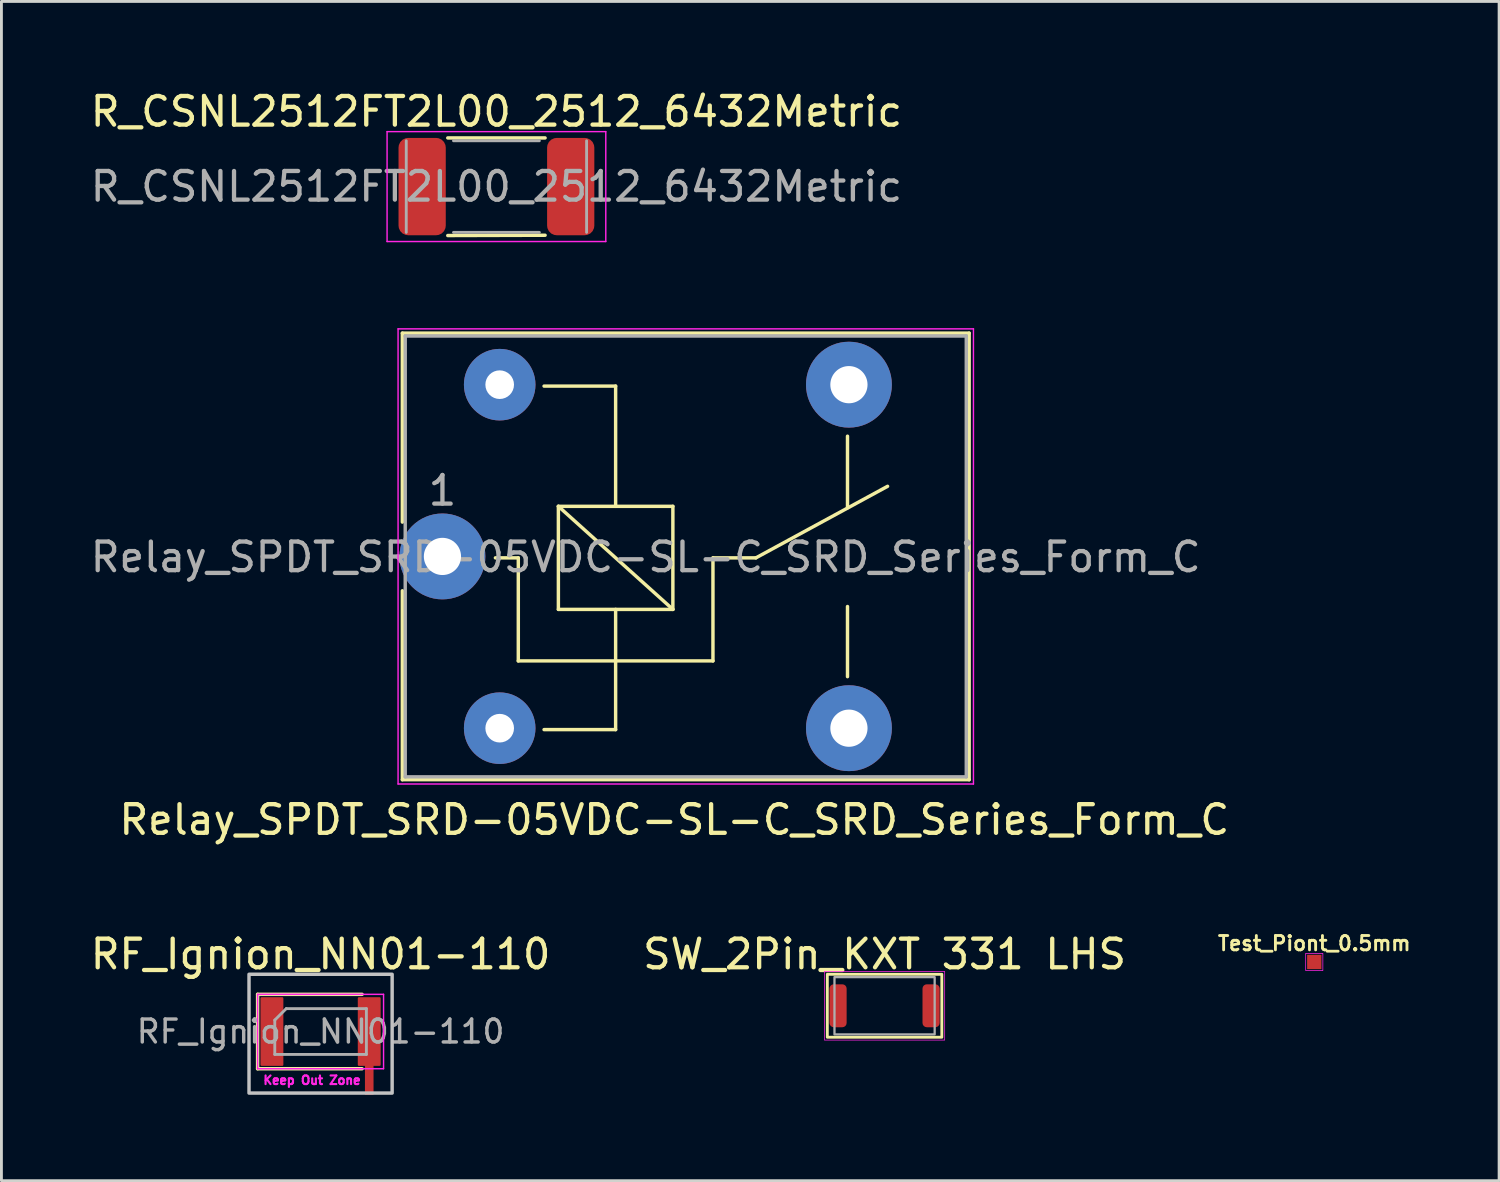
<source format=kicad_pcb>
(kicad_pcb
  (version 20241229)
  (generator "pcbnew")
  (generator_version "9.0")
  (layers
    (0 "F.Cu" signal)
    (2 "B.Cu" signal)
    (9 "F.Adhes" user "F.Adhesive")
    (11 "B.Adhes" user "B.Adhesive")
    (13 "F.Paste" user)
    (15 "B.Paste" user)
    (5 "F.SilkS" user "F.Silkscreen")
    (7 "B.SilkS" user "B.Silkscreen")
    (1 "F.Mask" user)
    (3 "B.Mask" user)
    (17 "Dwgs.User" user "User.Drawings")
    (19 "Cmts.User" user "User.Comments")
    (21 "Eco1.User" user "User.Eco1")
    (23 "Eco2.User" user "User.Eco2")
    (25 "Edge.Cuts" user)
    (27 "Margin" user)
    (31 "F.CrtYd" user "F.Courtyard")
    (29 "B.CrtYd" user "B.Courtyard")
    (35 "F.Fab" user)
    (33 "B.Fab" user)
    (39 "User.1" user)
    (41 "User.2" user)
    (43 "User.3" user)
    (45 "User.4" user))
  (footprint "Test_Piont_0.5mm"
    (layer "F.Cu")
    (at 42.862 30.555)
    (property "Reference" "Test_Piont_0.5mm" (at 0 -0.65 0) (unlocked yes) (layer "F.SilkS") (effects (font (size 0.5 0.5) (thickness 0.1))))
    (attr smd)
    (fp_rect (start -0.3 -0.3) (end 0.3 0.3) (stroke (width 0.025) (type solid)) (fill no) (layer "F.CrtYd"))
    (pad "1" smd rect (at 0 0) (size 0.5 0.5) (layers "F.Cu" "F.Mask")))
  (footprint "Relay_SPDT_SRD-05VDC-SL-C_SRD_Series_Form_C"
    (layer "F.Cu")
    (at 12.406 16.388)
    (property "Reference" "Relay_SPDT_SRD-05VDC-SL-C_SRD_Series_Form_C" (at 8.1 9.2 0) (layer "F.SilkS") (effects (font (size 1 1) (thickness 0.15))))
    (attr through_hole)
    (fp_line (start -1.4 -7.8) (end -1.4 -1.2) (stroke (width 0.12) (type solid)) (layer "F.SilkS"))
    (fp_line (start -1.4 -7.8) (end 18.4 -7.8) (stroke (width 0.12) (type solid)) (layer "F.SilkS"))
    (fp_line (start -1.4 1.2) (end -1.4 7.8) (stroke (width 0.12) (type solid)) (layer "F.SilkS"))
    (fp_line (start 2.65 0.05) (end 1.85 0.05) (stroke (width 0.12) (type solid)) (layer "F.SilkS"))
    (fp_line (start 2.65 0.05) (end 2.65 3.65) (stroke (width 0.12) (type solid)) (layer "F.SilkS"))
    (fp_line (start 3.55 6.05) (end 6.05 6.05) (stroke (width 0.12) (type solid)) (layer "F.SilkS"))
    (fp_line (start 4.05 -1.75) (end 8.05 -1.75) (stroke (width 0.12) (type solid)) (layer "F.SilkS"))
    (fp_line (start 4.05 1.85) (end 4.05 -1.75) (stroke (width 0.12) (type solid)) (layer "F.SilkS"))
    (fp_line (start 6.05 -5.95) (end 3.55 -5.95) (stroke (width 0.12) (type solid)) (layer "F.SilkS"))
    (fp_line (start 6.05 -5.95) (end 6.05 -1.75) (stroke (width 0.12) (type solid)) (layer "F.SilkS"))
    (fp_line (start 6.05 1.85) (end 6.05 6.05) (stroke (width 0.12) (type solid)) (layer "F.SilkS"))
    (fp_line (start 8.05 -1.75) (end 8.05 1.85) (stroke (width 0.12) (type solid)) (layer "F.SilkS"))
    (fp_line (start 8.05 1.85) (end 4.05 -1.75) (stroke (width 0.12) (type solid)) (layer "F.SilkS"))
    (fp_line (start 8.05 1.85) (end 4.05 1.85) (stroke (width 0.12) (type solid)) (layer "F.SilkS"))
    (fp_line (start 9.45 0.05) (end 9.45 3.65) (stroke (width 0.12) (type solid)) (layer "F.SilkS"))
    (fp_line (start 9.45 0.05) (end 10.95 0.05) (stroke (width 0.12) (type solid)) (layer "F.SilkS"))
    (fp_line (start 9.45 3.65) (end 2.65 3.65) (stroke (width 0.12) (type solid)) (layer "F.SilkS"))
    (fp_line (start 10.95 0.05) (end 15.55 -2.45) (stroke (width 0.12) (type solid)) (layer "F.SilkS"))
    (fp_line (start 14.15 -4.2) (end 14.15 -1.7) (stroke (width 0.12) (type solid)) (layer "F.SilkS"))
    (fp_line (start 14.15 4.2) (end 14.15 1.75) (stroke (width 0.12) (type solid)) (layer "F.SilkS"))
    (fp_line (start 18.4 -7.8) (end 18.4 7.8) (stroke (width 0.12) (type solid)) (layer "F.SilkS"))
    (fp_line (start 18.4 7.8) (end -1.4 7.8) (stroke (width 0.12) (type solid)) (layer "F.SilkS"))
    (fp_line (start -1.55 7.95) (end -1.55 -7.95) (stroke (width 0.05) (type solid)) (layer "F.CrtYd"))
    (fp_line (start -1.55 7.95) (end 18.55 7.95) (stroke (width 0.05) (type solid)) (layer "F.CrtYd"))
    (fp_line (start 18.55 -7.95) (end -1.55 -7.95) (stroke (width 0.05) (type solid)) (layer "F.CrtYd"))
    (fp_line (start 18.55 -7.95) (end 18.55 7.95) (stroke (width 0.05) (type solid)) (layer "F.CrtYd"))
    (fp_line (start -1.3 -7.7) (end 18.3 -7.7) (stroke (width 0.12) (type solid)) (layer "F.Fab"))
    (fp_line (start -1.3 7.7) (end -1.3 -7.7) (stroke (width 0.12) (type solid)) (layer "F.Fab"))
    (fp_line (start 18.3 -7.7) (end 18.3 7.7) (stroke (width 0.12) (type solid)) (layer "F.Fab"))
    (fp_line (start 18.3 7.7) (end -1.3 7.7) (stroke (width 0.12) (type solid)) (layer "F.Fab"))
    (fp_text user "1" (at 0 -2.3 0) (layer "F.Fab") (effects (font (size 1 1) (thickness 0.15))))
    (fp_text user "${REFERENCE}" (at 7.1 0.025 0) (layer "F.Fab") (effects (font (size 1 1) (thickness 0.15))))
    (pad "11" thru_hole circle (at 0 0 90) (size 3 3) (drill 1.3) (layers "*.Cu" "*.Mask"))
    (pad "12" thru_hole circle (at 14.2 -6 90) (size 3 3) (drill 1.3) (layers "*.Cu" "*.Mask"))
    (pad "14" thru_hole circle (at 14.2 6 90) (size 3 3) (drill 1.3) (layers "*.Cu" "*.Mask"))
    (pad "A1" thru_hole circle (at 2 6 90) (size 2.5 2.5) (drill 1) (layers "*.Cu" "*.Mask"))
    (pad "A2" thru_hole circle (at 2 -6 90) (size 2.5 2.5) (drill 1) (layers "*.Cu" "*.Mask")))
  (footprint "RF_Ignion_NN01-110"
    (layer "F.Cu")
    (at 8.149 32.985)
    (property "Reference" "RF_Ignion_NN01-110" (at 0 -2.7 0) (layer "F.SilkS") (effects (font (size 1 1) (thickness 0.15))))
    (attr smd)
    (fp_line (start -2.2 -1.3) (end -2.2 1.3) (stroke (width 0.12) (type solid)) (layer "F.SilkS"))
    (fp_line (start -2.2 1.3) (end 1.45 1.3) (stroke (width 0.12) (type solid)) (layer "F.SilkS"))
    (fp_line (start 1.45 -1.3) (end -2.2 -1.3) (stroke (width 0.12) (type solid)) (layer "F.SilkS"))
    (fp_rect (start -2.5 -2) (end 2.5 2.15) (stroke (width 0.12) (type solid)) (fill no) (layer "Dwgs.User"))
    (fp_line (start -2.2 -1.3) (end 2.2 -1.3) (stroke (width 0.05) (type solid)) (layer "F.CrtYd"))
    (fp_line (start -2.2 1.3) (end -2.2 -1.3) (stroke (width 0.05) (type solid)) (layer "F.CrtYd"))
    (fp_line (start 2.2 -1.3) (end 2.2 1.3) (stroke (width 0.05) (type solid)) (layer "F.CrtYd"))
    (fp_line (start 2.2 1.3) (end -2.2 1.3) (stroke (width 0.05) (type solid)) (layer "F.CrtYd"))
    (fp_line (start -1.6 -0.4) (end -1.6 0.8) (stroke (width 0.1) (type solid)) (layer "F.Fab"))
    (fp_line (start -1.6 0.8) (end 1.6 0.8) (stroke (width 0.1) (type solid)) (layer "F.Fab"))
    (fp_line (start -1.2 -0.8) (end -1.6 -0.4) (stroke (width 0.1) (type solid)) (layer "F.Fab"))
    (fp_line (start 1.6 -0.8) (end -1.2 -0.8) (stroke (width 0.1) (type solid)) (layer "F.Fab"))
    (fp_line (start 1.6 0.8) (end 1.6 -0.8) (stroke (width 0.1) (type solid)) (layer "F.Fab"))
    (fp_text user "Keep Out Zone" (at -0.3 1.7 0) (unlocked yes) (layer "F.CrtYd") (effects (font (size 0.3 0.3) (thickness 0.075))))
    (fp_text user "${REFERENCE}" (at 0 0 0) (layer "F.Fab") (effects (font (size 0.8 0.8) (thickness 0.12))))
    (pad "1" smd roundrect (at 1.7 0) (size 0.8 2.4) (layers "F.Cu" "F.Mask" "F.Paste") (roundrect_rratio 0.05))
    (pad "1" smd rect (at 1.7 1.61) (size 0.3 1.2) (layers "F.Cu"))
    (pad "2" smd roundrect (at -1.7 0) (size 0.8 2.4) (layers "F.Cu" "F.Mask" "F.Paste") (roundrect_rratio 0.05))
    (zone (net_name "") (layers "F.Cu" "B.Cu") (hatch edge 0.508) (connect_pads) (min_thickness 0.254) (filled_areas_thickness no) (keepout (tracks allowed) (vias not_allowed) (pads allowed) (copperpour not_allowed) (footprints not_allowed)) (placement (enabled no)) (fill) (polygon (pts (xy 10.649 35.135) (xy 5.649 35.135) (xy 5.649 30.985) (xy 10.649 30.985)))))
  (footprint "SW_2Pin_KXT 331 LHS"
    (layer "F.Cu")
    (at 27.851 32.085)
    (property "Reference" "SW_2Pin_KXT 331 LHS" (at 0 -1.8 0) (unlocked yes) (layer "F.SilkS") (effects (font (size 1 1) (thickness 0.15))))
    (attr smd)
    (fp_rect (start -2 -1.1) (end 2 1.1) (stroke (width 0.1) (type solid)) (fill no) (layer "F.SilkS"))
    (fp_rect (start -2.1 -1.2) (end 2.1 1.2) (stroke (width 0.025) (type solid)) (fill no) (layer "F.CrtYd"))
    (fp_rect (start -1.75 -1) (end 1.75 1) (stroke (width 0.08) (type solid)) (fill no) (layer "F.Fab"))
    (pad "1" smd roundrect (at -1.625 0) (size 0.6 1.5) (layers "F.Cu" "F.Mask" "F.Paste") (roundrect_rratio 0.25))
    (pad "2" smd roundrect (at 1.625 0) (size 0.6 1.5) (layers "F.Cu" "F.Mask" "F.Paste") (roundrect_rratio 0.25)))
  (footprint "R_CSNL2512FT2L00_2512_6432Metric"
    (layer "F.Cu")
    (at 14.292 3.468)
    (property "Reference" "R_CSNL2512FT2L00_2512_6432Metric" (at 0 -2.62 0) (layer "F.SilkS") (effects (font (size 1 1) (thickness 0.15))))
    (attr smd)
    (fp_line (start -1.7 -1.7) (end 1.7 -1.7) (stroke (width 0.12) (type solid)) (layer "F.SilkS"))
    (fp_line (start -1.7 1.71) (end 1.7 1.7) (stroke (width 0.12) (type solid)) (layer "F.SilkS"))
    (fp_line (start -3.82 -1.92) (end 3.82 -1.92) (stroke (width 0.05) (type solid)) (layer "F.CrtYd"))
    (fp_line (start -3.82 1.92) (end -3.82 -1.92) (stroke (width 0.05) (type solid)) (layer "F.CrtYd"))
    (fp_line (start 3.82 -1.92) (end 3.82 1.92) (stroke (width 0.05) (type solid)) (layer "F.CrtYd"))
    (fp_line (start 3.82 1.92) (end -3.82 1.92) (stroke (width 0.05) (type solid)) (layer "F.CrtYd"))
    (fp_line (start -3.15 1.6) (end -3.15 -1.6) (stroke (width 0.1) (type solid)) (layer "F.Fab"))
    (fp_line (start -1.5 -1.6) (end 1.5 -1.6) (stroke (width 0.1) (type solid)) (layer "F.Fab"))
    (fp_line (start 1.5 1.6) (end -1.5 1.6) (stroke (width 0.1) (type solid)) (layer "F.Fab"))
    (fp_line (start 3.15 -1.6) (end 3.15 1.6) (stroke (width 0.1) (type solid)) (layer "F.Fab"))
    (fp_text user "${REFERENCE}" (at 0 0 0) (layer "F.Fab") (effects (font (size 1 1) (thickness 0.15))))
    (pad "1" smd roundrect (at -2.595 0) (size 1.65 3.4) (layers "F.Cu" "F.Mask" "F.Paste") (roundrect_rratio 0.204))
    (pad "2" smd roundrect (at 2.595 0) (size 1.65 3.4) (layers "F.Cu" "F.Mask" "F.Paste") (roundrect_rratio 0.204)))
  (gr_rect
    (start -3 -3)
    (end 49.319 38.195)
    (stroke (width 0.1) (type default))
    (fill no)
    (layer "Edge.Cuts")))
</source>
